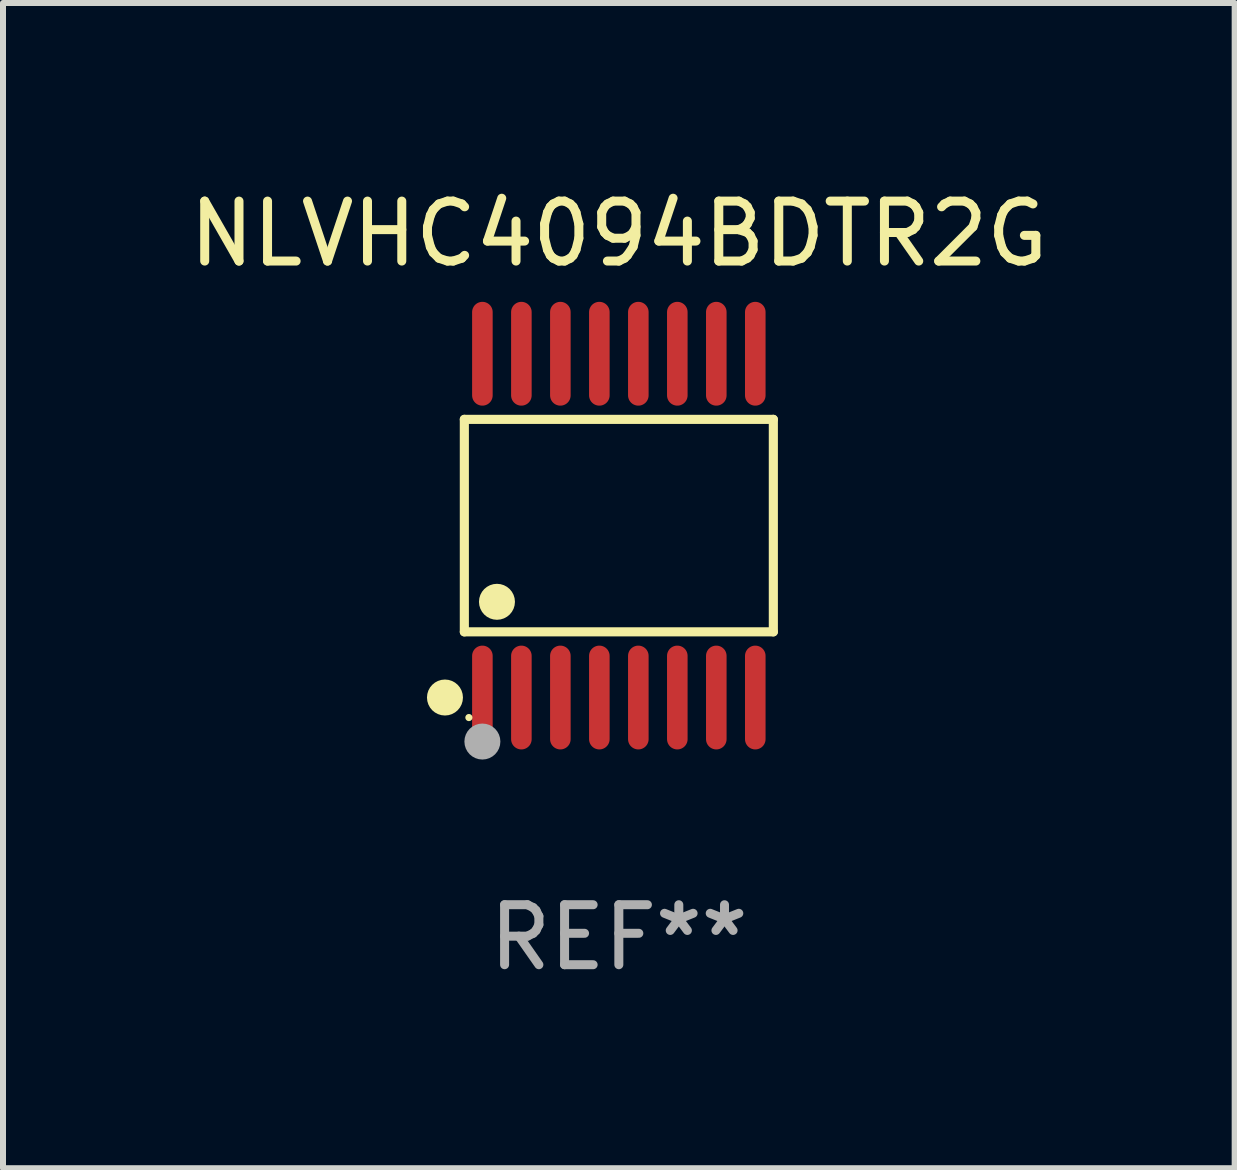
<source format=kicad_pcb>
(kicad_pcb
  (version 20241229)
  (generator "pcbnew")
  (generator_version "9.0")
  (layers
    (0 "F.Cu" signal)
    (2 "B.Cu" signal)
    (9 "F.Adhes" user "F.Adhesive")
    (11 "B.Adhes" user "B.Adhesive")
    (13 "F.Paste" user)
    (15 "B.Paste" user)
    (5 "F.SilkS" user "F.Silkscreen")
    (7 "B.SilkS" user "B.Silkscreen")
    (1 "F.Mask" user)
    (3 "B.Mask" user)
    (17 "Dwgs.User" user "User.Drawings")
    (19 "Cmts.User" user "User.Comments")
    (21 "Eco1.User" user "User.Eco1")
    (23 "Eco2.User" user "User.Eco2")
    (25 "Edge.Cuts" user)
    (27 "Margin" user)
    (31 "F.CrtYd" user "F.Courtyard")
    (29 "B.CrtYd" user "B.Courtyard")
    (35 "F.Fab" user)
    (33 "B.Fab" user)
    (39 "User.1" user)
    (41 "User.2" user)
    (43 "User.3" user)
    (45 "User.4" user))
  (footprint "NLVHC4094BDTR2G"
    (layer "F.Cu")
    (at 7.268 5.714)
    (property "Reference" "NLVHC4094BDTR2G" (at 0 -4.866 0) (layer "F.SilkS") (effects (font (size 1 1) (thickness 0.15))))
    (attr through_hole)
    (fp_line (start -2.576 -1.772) (end 2.576 -1.772) (stroke (width 0.152) (type solid)) (layer "F.SilkS"))
    (fp_line (start -2.576 1.771) (end -2.576 -1.772) (stroke (width 0.152) (type solid)) (layer "F.SilkS"))
    (fp_line (start 2.576 -1.772) (end 2.576 1.771) (stroke (width 0.152) (type solid)) (layer "F.SilkS"))
    (fp_line (start 2.576 1.771) (end -2.576 1.771) (stroke (width 0.152) (type solid)) (layer "F.SilkS"))
    (fp_circle (center -2.899 2.866) (end -2.749 2.866) (stroke (width 0.3) (type solid)) (fill no) (layer "F.SilkS"))
    (fp_circle (center -2.5 3.2) (end -2.47 3.2) (stroke (width 0.06) (type solid)) (fill no) (layer "F.SilkS"))
    (fp_circle (center -2.032 1.27) (end -1.882 1.27) (stroke (width 0.3) (type solid)) (fill no) (layer "F.SilkS"))
    (fp_circle (center -2.275 3.6) (end -2.125 3.6) (stroke (width 0.3) (type solid)) (fill no) (layer "F.Fab"))
    (fp_text user "REF**" (at 0 6.866 0) (layer "F.Fab") (effects (font (size 1 1) (thickness 0.15))))
    (pad "1" smd oval (at -2.275 2.866) (size 0.343 1.731) (layers "F.Cu" "F.Mask" "F.Paste"))
    (pad "2" smd oval (at -1.625 2.866) (size 0.343 1.731) (layers "F.Cu" "F.Mask" "F.Paste"))
    (pad "3" smd oval (at -0.975 2.866) (size 0.343 1.731) (layers "F.Cu" "F.Mask" "F.Paste"))
    (pad "4" smd oval (at -0.325 2.866) (size 0.343 1.731) (layers "F.Cu" "F.Mask" "F.Paste"))
    (pad "5" smd oval (at 0.325 2.866) (size 0.343 1.731) (layers "F.Cu" "F.Mask" "F.Paste"))
    (pad "6" smd oval (at 0.975 2.866) (size 0.343 1.731) (layers "F.Cu" "F.Mask" "F.Paste"))
    (pad "7" smd oval (at 1.625 2.866) (size 0.343 1.731) (layers "F.Cu" "F.Mask" "F.Paste"))
    (pad "8" smd oval (at 2.275 2.866) (size 0.343 1.731) (layers "F.Cu" "F.Mask" "F.Paste"))
    (pad "9" smd oval (at 2.275 -2.866) (size 0.343 1.731) (layers "F.Cu" "F.Mask" "F.Paste"))
    (pad "10" smd oval (at 1.625 -2.866) (size 0.343 1.731) (layers "F.Cu" "F.Mask" "F.Paste"))
    (pad "11" smd oval (at 0.975 -2.866) (size 0.343 1.731) (layers "F.Cu" "F.Mask" "F.Paste"))
    (pad "12" smd oval (at 0.325 -2.866) (size 0.343 1.731) (layers "F.Cu" "F.Mask" "F.Paste"))
    (pad "13" smd oval (at -0.325 -2.866) (size 0.343 1.731) (layers "F.Cu" "F.Mask" "F.Paste"))
    (pad "14" smd oval (at -0.975 -2.866) (size 0.343 1.731) (layers "F.Cu" "F.Mask" "F.Paste"))
    (pad "15" smd oval (at -1.625 -2.866) (size 0.343 1.731) (layers "F.Cu" "F.Mask" "F.Paste"))
    (pad "16" smd oval (at -2.275 -2.866) (size 0.343 1.731) (layers "F.Cu" "F.Mask" "F.Paste")))
  (gr_rect
    (start -3 -3)
    (end 17.536 16.428)
    (stroke (width 0.1) (type default))
    (fill no)
    (layer "Edge.Cuts")))
</source>
